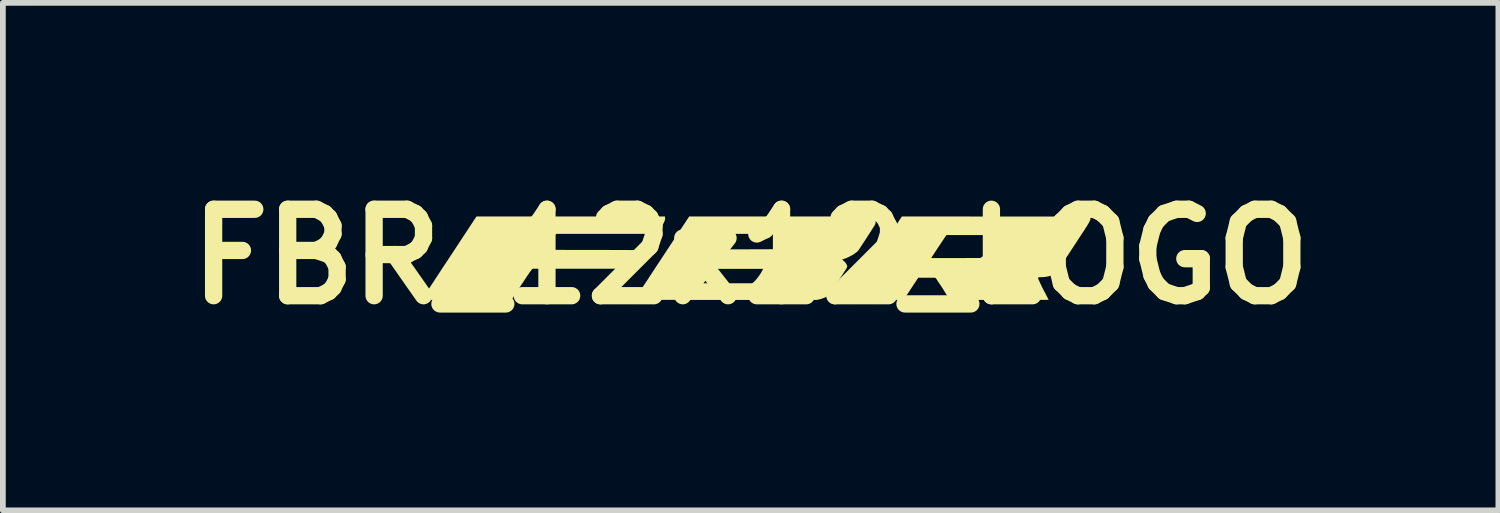
<source format=kicad_pcb>
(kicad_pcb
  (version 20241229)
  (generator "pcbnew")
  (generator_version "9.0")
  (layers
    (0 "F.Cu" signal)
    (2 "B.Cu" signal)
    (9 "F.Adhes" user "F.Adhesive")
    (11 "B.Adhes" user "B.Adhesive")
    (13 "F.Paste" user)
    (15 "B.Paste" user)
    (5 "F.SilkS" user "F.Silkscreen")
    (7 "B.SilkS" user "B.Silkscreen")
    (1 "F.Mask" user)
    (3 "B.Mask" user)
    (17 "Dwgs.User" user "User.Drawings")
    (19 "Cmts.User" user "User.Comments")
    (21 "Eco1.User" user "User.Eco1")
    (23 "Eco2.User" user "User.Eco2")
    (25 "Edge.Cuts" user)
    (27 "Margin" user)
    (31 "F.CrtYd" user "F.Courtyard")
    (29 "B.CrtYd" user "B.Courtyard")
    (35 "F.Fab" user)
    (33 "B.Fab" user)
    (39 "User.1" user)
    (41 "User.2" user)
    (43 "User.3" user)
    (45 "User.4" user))
  (footprint "FBR_12x12_LOGO"
    (layer "F.Cu")
    (at 9.979 1.404)
    (property "Reference" "FBR_12x12_LOGO" (at 0 0 0) (layer "F.SilkS") (effects (font (size 1.5 1.5) (thickness 0.3))))
    (attr board_only exclude_from_pos_files exclude_from_bom)
    (fp_poly (pts (xy -1.487 -0.689) (xy -1.485 -0.675) (xy -1.485 -0.658) (xy -1.488 -0.639) (xy -1.493 -0.622) (xy -1.499 -0.608) (xy -1.504 -0.595) (xy -1.51 -0.583) (xy -1.518 -0.569) (xy -1.528 -0.554) (xy -1.535 -0.543) (xy -1.548 -0.523) (xy -1.56 -0.507) (xy -1.572 -0.492) (xy -1.584 -0.478) (xy -1.598 -0.465) (xy -1.615 -0.45) (xy -1.633 -0.435) (xy -1.68 -0.395) (xy -2.528 -0.395) (xy -3.376 -0.395) (xy -3.407 -0.361) (xy -3.424 -0.343) (xy -3.442 -0.321) (xy -3.461 -0.296) (xy -3.48 -0.269) (xy -3.5 -0.24) (xy -3.518 -0.212) (xy -3.535 -0.185) (xy -3.55 -0.16) (xy -3.56 -0.14) (xy -3.571 -0.117) (xy -2.766 -0.116) (xy -2.691 -0.116) (xy -2.618 -0.116) (xy -2.549 -0.116) (xy -2.482 -0.116) (xy -2.419 -0.115) (xy -2.358 -0.115) (xy -2.302 -0.115) (xy -2.249 -0.115) (xy -2.2 -0.115) (xy -2.155 -0.115) (xy -2.114 -0.114) (xy -2.078 -0.114) (xy -2.046 -0.114) (xy -2.019 -0.114) (xy -1.997 -0.113) (xy -1.98 -0.113) (xy -1.969 -0.113) (xy -1.963 -0.113) (xy -1.962 -0.113) (xy -1.963 -0.11) (xy -1.968 -0.103) (xy -1.975 -0.091) (xy -1.985 -0.077) (xy -1.997 -0.059) (xy -2.01 -0.038) (xy -2.025 -0.015) (xy -2.042 0.011) (xy -2.059 0.037) (xy -2.068 0.05) (xy -2.173 0.21) (xy -2.98 0.21) (xy -3.787 0.21) (xy -3.799 0.225) (xy -3.805 0.232) (xy -3.81 0.239) (xy -3.816 0.247) (xy -3.823 0.256) (xy -3.83 0.266) (xy -3.839 0.277) (xy -3.848 0.291) (xy -3.859 0.307) (xy -3.871 0.325) (xy -3.886 0.347) (xy -3.902 0.371) (xy -3.92 0.399) (xy -3.941 0.431) (xy -3.965 0.467) (xy -3.992 0.507) (xy -3.999 0.518) (xy -4.151 0.75) (xy -4.931 0.751) (xy -5.011 0.751) (xy -5.088 0.751) (xy -5.16 0.751) (xy -5.229 0.751) (xy -5.294 0.751) (xy -5.354 0.751) (xy -5.41 0.751) (xy -5.462 0.751) (xy -5.51 0.751) (xy -5.552 0.751) (xy -5.59 0.75) (xy -5.623 0.75) (xy -5.651 0.75) (xy -5.673 0.75) (xy -5.691 0.75) (xy -5.703 0.749) (xy -5.709 0.749) (xy -5.71 0.749) (xy -5.709 0.746) (xy -5.704 0.739) (xy -5.696 0.727) (xy -5.686 0.712) (xy -5.673 0.692) (xy -5.657 0.668) (xy -5.639 0.64) (xy -5.619 0.609) (xy -5.596 0.575) (xy -5.571 0.537) (xy -5.545 0.497) (xy -5.516 0.454) (xy -5.486 0.408) (xy -5.455 0.36) (xy -5.422 0.31) (xy -5.387 0.257) (xy -5.352 0.203) (xy -5.315 0.147) (xy -5.277 0.09) (xy -5.239 0.032) (xy -5.234 0.025) (xy -4.759 -0.697) (xy -3.124 -0.697) (xy -1.489 -0.697)) (stroke (width 0) (type solid)) (fill yes) (layer "F.SilkS"))
    (fp_poly (pts (xy 4.253 -0.696) (xy 5.88 -0.695) (xy 5.889 -0.687) (xy 5.894 -0.682) (xy 5.897 -0.677) (xy 5.898 -0.671) (xy 5.897 -0.662) (xy 5.897 -0.659) (xy 5.897 -0.651) (xy 5.895 -0.644) (xy 5.893 -0.637) (xy 5.889 -0.627) (xy 5.884 -0.615) (xy 5.876 -0.6) (xy 5.874 -0.596) (xy 5.871 -0.589) (xy 5.867 -0.582) (xy 5.862 -0.573) (xy 5.856 -0.563) (xy 5.848 -0.551) (xy 5.84 -0.537) (xy 5.83 -0.521) (xy 5.818 -0.503) (xy 5.805 -0.482) (xy 5.79 -0.458) (xy 5.773 -0.432) (xy 5.753 -0.402) (xy 5.731 -0.369) (xy 5.707 -0.332) (xy 5.68 -0.291) (xy 5.651 -0.245) (xy 5.618 -0.196) (xy 5.586 -0.147) (xy 5.551 -0.093) (xy 5.519 -0.044) (xy 5.489 0.000437) (xy 5.463 0.041) (xy 5.438 0.077) (xy 5.417 0.11) (xy 5.397 0.14) (xy 5.38 0.166) (xy 5.364 0.189) (xy 5.351 0.209) (xy 5.339 0.226) (xy 5.328 0.241) (xy 5.318 0.254) (xy 5.31 0.265) (xy 5.303 0.274) (xy 5.297 0.281) (xy 5.291 0.287) (xy 5.286 0.292) (xy 5.281 0.296) (xy 5.276 0.3) (xy 5.272 0.302) (xy 5.267 0.305) (xy 5.262 0.308) (xy 5.257 0.31) (xy 5.217 0.328) (xy 5.172 0.341) (xy 5.124 0.351) (xy 5.072 0.356) (xy 5.031 0.357) (xy 5.014 0.357) (xy 5.002 0.359) (xy 4.994 0.361) (xy 4.99 0.364) (xy 4.989 0.369) (xy 4.989 0.375) (xy 4.992 0.384) (xy 4.997 0.398) (xy 5.005 0.416) (xy 5.015 0.438) (xy 5.026 0.463) (xy 5.04 0.49) (xy 5.054 0.521) (xy 5.07 0.553) (xy 5.087 0.586) (xy 5.105 0.62) (xy 5.123 0.655) (xy 5.134 0.676) (xy 5.144 0.695) (xy 5.152 0.712) (xy 5.16 0.726) (xy 5.166 0.738) (xy 5.17 0.746) (xy 5.172 0.75) (xy 5.172 0.75) (xy 5.169 0.75) (xy 5.161 0.75) (xy 5.147 0.75) (xy 5.128 0.751) (xy 5.105 0.751) (xy 5.077 0.751) (xy 5.044 0.751) (xy 5.007 0.751) (xy 4.966 0.751) (xy 4.921 0.751) (xy 4.873 0.751) (xy 4.822 0.751) (xy 4.767 0.751) (xy 4.71 0.751) (xy 4.65 0.752) (xy 4.587 0.752) (xy 4.523 0.752) (xy 4.456 0.752) (xy 4.388 0.752) (xy 4.318 0.752) (xy 4.313 0.752) (xy 3.453 0.752) (xy 3.439 0.728) (xy 3.418 0.693) (xy 3.398 0.659) (xy 3.378 0.626) (xy 3.359 0.595) (xy 3.341 0.566) (xy 3.324 0.54) (xy 3.309 0.517) (xy 3.297 0.498) (xy 3.286 0.483) (xy 3.282 0.477) (xy 3.275 0.467) (xy 3.266 0.454) (xy 3.256 0.439) (xy 3.246 0.423) (xy 3.241 0.415) (xy 3.231 0.399) (xy 3.223 0.387) (xy 3.217 0.379) (xy 3.212 0.374) (xy 3.208 0.37) (xy 3.206 0.37) (xy 3.203 0.369) (xy 3.198 0.368) (xy 3.19 0.367) (xy 3.179 0.367) (xy 3.165 0.366) (xy 3.147 0.366) (xy 3.125 0.366) (xy 3.098 0.366) (xy 3.066 0.366) (xy 3.053 0.366) (xy 2.909 0.366) (xy 2.782 0.558) (xy 2.656 0.75) (xy 2.164 0.751) (xy 2.095 0.751) (xy 2.031 0.751) (xy 1.972 0.751) (xy 1.918 0.751) (xy 1.87 0.751) (xy 1.826 0.751) (xy 1.788 0.751) (xy 1.755 0.751) (xy 1.728 0.75) (xy 1.706 0.75) (xy 1.69 0.75) (xy 1.679 0.749) (xy 1.674 0.749) (xy 1.674 0.749) (xy 1.675 0.746) (xy 1.68 0.739) (xy 1.688 0.727) (xy 1.698 0.711) (xy 1.711 0.691) (xy 1.727 0.668) (xy 1.745 0.64) (xy 1.765 0.609) (xy 1.788 0.575) (xy 1.812 0.537) (xy 1.839 0.497) (xy 1.867 0.454) (xy 1.897 0.408) (xy 1.929 0.36) (xy 1.962 0.309) (xy 1.997 0.257) (xy 2.032 0.203) (xy 2.069 0.147) (xy 2.107 0.09) (xy 2.145 0.031) (xy 2.15 0.025) (xy 2.15 0.024) (xy 3.133 0.024) (xy 3.136 0.024) (xy 3.144 0.025) (xy 3.158 0.025) (xy 3.176 0.025) (xy 3.199 0.025) (xy 3.225 0.025) (xy 3.256 0.025) (xy 3.29 0.025) (xy 3.328 0.025) (xy 3.368 0.025) (xy 3.411 0.025) (xy 3.457 0.025) (xy 3.504 0.025) (xy 3.553 0.025) (xy 3.559 0.025) (xy 3.984 0.024) (xy 4.001 0.014) (xy 4.02 0.002) (xy 4.04 -0.016) (xy 4.063 -0.038) (xy 4.086 -0.065) (xy 4.112 -0.095) (xy 4.138 -0.129) (xy 4.158 -0.156) (xy 4.184 -0.194) (xy 4.205 -0.228) (xy 4.222 -0.26) (xy 4.235 -0.288) (xy 4.244 -0.315) (xy 4.249 -0.338) (xy 4.251 -0.356) (xy 4.251 -0.374) (xy 3.824 -0.374) (xy 3.397 -0.374) (xy 3.265 -0.176) (xy 3.245 -0.146) (xy 3.226 -0.117) (xy 3.207 -0.089) (xy 3.191 -0.064) (xy 3.176 -0.041) (xy 3.163 -0.021) (xy 3.152 -0.005) (xy 3.143 0.009) (xy 3.137 0.018) (xy 3.134 0.023) (xy 3.133 0.024) (xy 2.15 0.024) (xy 2.625 -0.697)) (stroke (width 0) (type solid)) (fill yes) (layer "F.SilkS"))
    (fp_poly (pts (xy 2.127 -0.691) (xy 2.143 -0.68) (xy 2.155 -0.666) (xy 2.164 -0.648) (xy 2.169 -0.628) (xy 2.171 -0.606) (xy 2.168 -0.583) (xy 2.161 -0.56) (xy 2.159 -0.555) (xy 2.156 -0.55) (xy 2.151 -0.541) (xy 2.143 -0.529) (xy 2.133 -0.512) (xy 2.12 -0.493) (xy 2.106 -0.471) (xy 2.091 -0.447) (xy 2.074 -0.421) (xy 2.056 -0.393) (xy 2.038 -0.365) (xy 2.019 -0.335) (xy 2 -0.306) (xy 1.981 -0.277) (xy 1.963 -0.249) (xy 1.945 -0.222) (xy 1.928 -0.197) (xy 1.913 -0.173) (xy 1.899 -0.152) (xy 1.887 -0.134) (xy 1.877 -0.119) (xy 1.869 -0.108) (xy 1.864 -0.101) (xy 1.862 -0.098) (xy 1.855 -0.092) (xy 1.845 -0.083) (xy 1.831 -0.072) (xy 1.816 -0.061) (xy 1.801 -0.05) (xy 1.786 -0.04) (xy 1.779 -0.035) (xy 1.754 -0.021) (xy 1.727 -0.006) (xy 1.698 0.008) (xy 1.67 0.021) (xy 1.644 0.031) (xy 1.625 0.038) (xy 1.611 0.043) (xy 1.6 0.047) (xy 1.591 0.05) (xy 1.587 0.052) (xy 1.587 0.052) (xy 1.589 0.054) (xy 1.595 0.059) (xy 1.601 0.063) (xy 1.617 0.076) (xy 1.634 0.092) (xy 1.649 0.11) (xy 1.661 0.129) (xy 1.67 0.148) (xy 1.672 0.153) (xy 1.674 0.157) (xy 1.675 0.161) (xy 1.676 0.165) (xy 1.676 0.17) (xy 1.675 0.175) (xy 1.673 0.181) (xy 1.671 0.188) (xy 1.667 0.196) (xy 1.661 0.206) (xy 1.654 0.219) (xy 1.645 0.234) (xy 1.633 0.251) (xy 1.62 0.272) (xy 1.604 0.296) (xy 1.586 0.324) (xy 1.565 0.356) (xy 1.541 0.393) (xy 1.529 0.41) (xy 1.508 0.443) (xy 1.487 0.474) (xy 1.468 0.504) (xy 1.449 0.532) (xy 1.432 0.558) (xy 1.416 0.581) (xy 1.403 0.601) (xy 1.391 0.618) (xy 1.382 0.631) (xy 1.376 0.64) (xy 1.372 0.645) (xy 1.357 0.662) (xy 1.34 0.678) (xy 1.321 0.692) (xy 1.3 0.704) (xy 1.275 0.715) (xy 1.247 0.726) (xy 1.214 0.736) (xy 1.179 0.745) (xy 1.15 0.752) (xy -0.434 0.752) (xy -0.555 0.752) (xy -0.672 0.752) (xy -0.784 0.752) (xy -0.892 0.752) (xy -0.995 0.752) (xy -1.093 0.751) (xy -1.187 0.751) (xy -1.277 0.751) (xy -1.361 0.751) (xy -1.441 0.751) (xy -1.516 0.751) (xy -1.586 0.751) (xy -1.651 0.751) (xy -1.71 0.751) (xy -1.765 0.751) (xy -1.815 0.75) (xy -1.859 0.75) (xy -1.898 0.75) (xy -1.932 0.75) (xy -1.96 0.75) (xy -1.983 0.75) (xy -2 0.749) (xy -2.012 0.749) (xy -2.017 0.749) (xy -2.018 0.749) (xy -2.017 0.746) (xy -2.012 0.739) (xy -2.004 0.727) (xy -1.994 0.711) (xy -1.981 0.692) (xy -1.965 0.668) (xy -1.947 0.64) (xy -1.927 0.609) (xy -1.904 0.575) (xy -1.88 0.537) (xy -1.853 0.497) (xy -1.83 0.462) (xy -0.835 0.462) (xy -0.832 0.463) (xy -0.824 0.463) (xy -0.811 0.463) (xy -0.792 0.463) (xy -0.77 0.463) (xy -0.743 0.463) (xy -0.712 0.463) (xy -0.678 0.463) (xy -0.64 0.463) (xy -0.6 0.463) (xy -0.557 0.463) (xy -0.511 0.463) (xy -0.464 0.463) (xy -0.415 0.463) (xy -0.405 0.463) (xy 0.024 0.462) (xy 0.037 0.455) (xy 0.047 0.448) (xy 0.058 0.438) (xy 0.071 0.425) (xy 0.085 0.409) (xy 0.103 0.388) (xy 0.114 0.374) (xy 0.138 0.343) (xy 0.158 0.315) (xy 0.176 0.287) (xy 0.193 0.258) (xy 0.199 0.247) (xy 0.216 0.213) (xy -0.227 0.213) (xy -0.67 0.213) (xy -0.683 0.227) (xy -0.696 0.242) (xy -0.711 0.261) (xy -0.728 0.284) (xy -0.745 0.309) (xy -0.763 0.335) (xy -0.78 0.362) (xy -0.795 0.388) (xy -0.809 0.413) (xy -0.814 0.421) (xy -0.821 0.435) (xy -0.827 0.447) (xy -0.832 0.456) (xy -0.835 0.461) (xy -0.835 0.462) (xy -1.83 0.462) (xy -1.825 0.454) (xy -1.794 0.408) (xy -1.763 0.36) (xy -1.73 0.31) (xy -1.695 0.257) (xy -1.66 0.203) (xy -1.623 0.147) (xy -1.585 0.09) (xy -1.547 0.032) (xy -1.542 0.025) (xy -1.44 -0.131) (xy -0.445 -0.131) (xy -0.444 -0.13) (xy -0.443 -0.13) (xy -0.441 -0.129) (xy -0.437 -0.129) (xy -0.431 -0.129) (xy -0.423 -0.128) (xy -0.414 -0.128) (xy -0.401 -0.128) (xy -0.387 -0.128) (xy -0.368 -0.127) (xy -0.347 -0.127) (xy -0.322 -0.127) (xy -0.294 -0.127) (xy -0.261 -0.127) (xy -0.224 -0.127) (xy -0.182 -0.127) (xy -0.135 -0.127) (xy -0.084 -0.127) (xy -0.026 -0.127) (xy -0.014 -0.127) (xy 0.044 -0.128) (xy 0.097 -0.128) (xy 0.145 -0.128) (xy 0.188 -0.128) (xy 0.226 -0.128) (xy 0.26 -0.128) (xy 0.289 -0.128) (xy 0.315 -0.128) (xy 0.338 -0.129) (xy 0.357 -0.129) (xy 0.373 -0.129) (xy 0.386 -0.129) (xy 0.397 -0.13) (xy 0.406 -0.13) (xy 0.413 -0.13) (xy 0.418 -0.131) (xy 0.422 -0.131) (xy 0.425 -0.132) (xy 0.427 -0.133) (xy 0.429 -0.133) (xy 0.43 -0.134) (xy 0.443 -0.142) (xy 0.458 -0.155) (xy 0.474 -0.171) (xy 0.486 -0.187) (xy 0.5 -0.206) (xy 0.514 -0.226) (xy 0.528 -0.247) (xy 0.542 -0.268) (xy 0.555 -0.289) (xy 0.567 -0.308) (xy 0.578 -0.327) (xy 0.587 -0.343) (xy 0.593 -0.356) (xy 0.598 -0.365) (xy 0.599 -0.37) (xy 0.597 -0.377) (xy 0.593 -0.384) (xy 0.592 -0.386) (xy 0.584 -0.395) (xy 0.161 -0.395) (xy -0.262 -0.395) (xy -0.287 -0.371) (xy -0.312 -0.344) (xy -0.332 -0.317) (xy -0.34 -0.305) (xy -0.35 -0.29) (xy -0.362 -0.273) (xy -0.374 -0.255) (xy -0.387 -0.236) (xy -0.392 -0.228) (xy -0.408 -0.205) (xy -0.42 -0.186) (xy -0.429 -0.171) (xy -0.435 -0.16) (xy -0.438 -0.153) (xy -0.441 -0.143) (xy -0.444 -0.135) (xy -0.445 -0.132) (xy -0.445 -0.131) (xy -1.44 -0.131) (xy -1.067 -0.697) (xy 0.524 -0.697) (xy 2.115 -0.697)) (stroke (width 0) (type solid)) (fill yes) (layer "F.SilkS")))
  (gr_rect
    (start -3 -3)
    (end 22.957 5.808)
    (stroke (width 0.1) (type default))
    (fill no)
    (layer "Edge.Cuts")))
</source>
